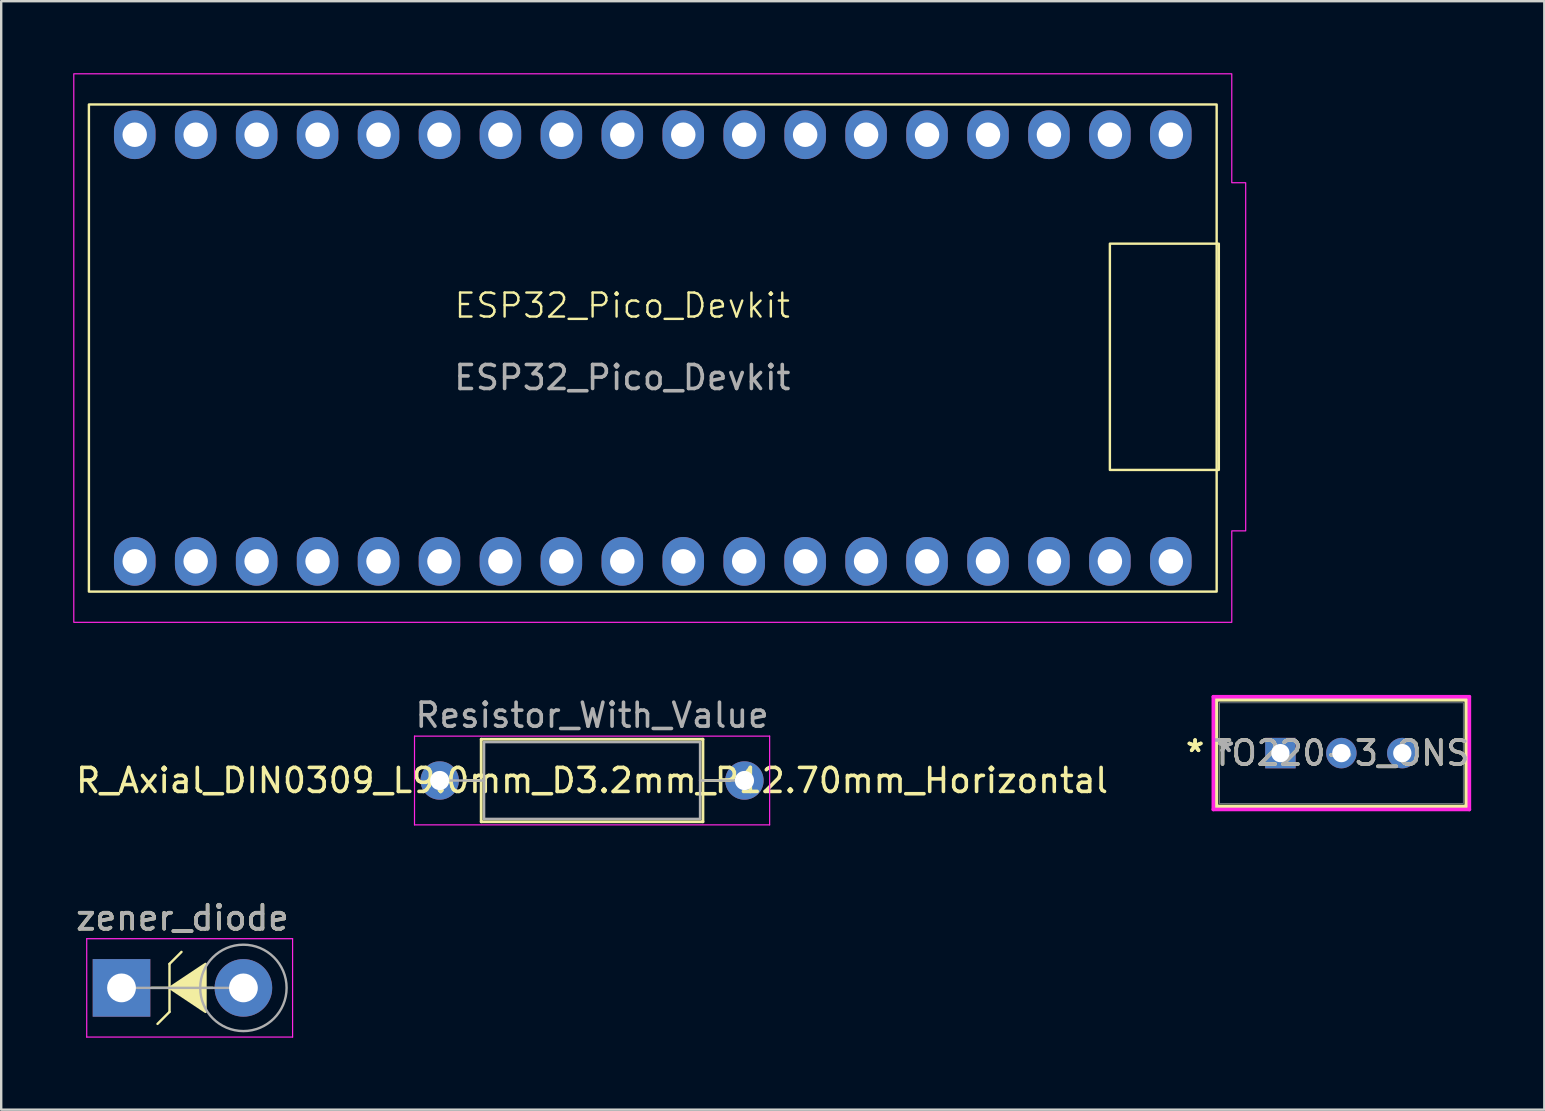
<source format=kicad_pcb>
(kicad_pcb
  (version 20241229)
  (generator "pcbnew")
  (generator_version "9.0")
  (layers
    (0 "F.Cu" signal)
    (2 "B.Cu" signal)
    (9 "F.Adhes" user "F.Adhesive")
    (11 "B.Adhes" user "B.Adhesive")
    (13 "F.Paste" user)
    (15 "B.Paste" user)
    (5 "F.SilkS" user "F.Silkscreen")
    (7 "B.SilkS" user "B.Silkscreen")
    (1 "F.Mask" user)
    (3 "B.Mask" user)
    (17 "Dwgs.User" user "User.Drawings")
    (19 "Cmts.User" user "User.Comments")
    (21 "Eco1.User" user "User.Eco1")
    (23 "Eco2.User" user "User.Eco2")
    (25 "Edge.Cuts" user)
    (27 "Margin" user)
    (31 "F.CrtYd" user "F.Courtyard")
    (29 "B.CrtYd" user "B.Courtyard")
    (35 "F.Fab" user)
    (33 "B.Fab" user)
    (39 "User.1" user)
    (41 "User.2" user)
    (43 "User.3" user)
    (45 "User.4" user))
  (footprint "zener_diode"
    (layer "F.Cu")
    (at 2.014 38.121)
    (property "Reference" "zener_diode" (at 2.54 -2.92 0) (layer "F.SilkS") (effects (font (size 1 1) (thickness 0.15))))
    (attr through_hole)
    (fp_line (start 1.25 0) (end 3.803 0) (stroke (width 0.1) (type solid)) (layer "F.SilkS"))
    (fp_line (start 1.5 1.5) (end 2 1) (stroke (width 0.1) (type default)) (layer "F.SilkS"))
    (fp_line (start 2 -1) (end 2.5 -1.5) (stroke (width 0.1) (type default)) (layer "F.SilkS"))
    (fp_line (start 2 1) (end 2 -1) (stroke (width 0.1) (type default)) (layer "F.SilkS"))
    (fp_poly (pts (xy 3.5 1) (xy 3.5 -1) (xy 2 0)) (stroke (width 0.1) (type solid)) (fill yes) (layer "F.SilkS"))
    (fp_line (start -1.45 -2.05) (end -1.45 2.05) (stroke (width 0.05) (type solid)) (layer "F.CrtYd"))
    (fp_line (start -1.45 2.05) (end 7.13 2.05) (stroke (width 0.05) (type solid)) (layer "F.CrtYd"))
    (fp_line (start 7.13 -2.05) (end -1.45 -2.05) (stroke (width 0.05) (type solid)) (layer "F.CrtYd"))
    (fp_line (start 7.13 2.05) (end 7.13 -2.05) (stroke (width 0.05) (type solid)) (layer "F.CrtYd"))
    (fp_line (start 0 0) (end 5.08 0) (stroke (width 0.1) (type solid)) (layer "F.Fab"))
    (fp_circle (center 5.08 0) (end 6.88 0) (stroke (width 0.1) (type solid)) (fill no) (layer "F.Fab"))
    (fp_text user "${REFERENCE}" (at 2.54 -2.92 0) (layer "F.Fab") (effects (font (size 1 1) (thickness 0.15))))
    (pad "1" thru_hole rect (at 0 0) (size 2.4 2.4) (drill 1.2) (layers "*.Cu" "*.Mask"))
    (pad "2" thru_hole oval (at 5.08 0) (size 2.4 2.4) (drill 1.2) (layers "*.Cu" "*.Mask")))
  (footprint "TO220-3_ONS"
    (layer "F.Cu")
    (at 50.312 28.336)
    (property "Reference" "TO220-3_ONS" (at 2.54 0 0) (unlocked yes) (layer "F.SilkS") (effects (font (size 1 1) (thickness 0.15))))
    (attr through_hole)
    (fp_line (start -2.667 -2.223) (end -2.667 2.223) (stroke (width 0.152) (type solid)) (layer "F.SilkS"))
    (fp_line (start -2.667 2.223) (end 7.747 2.223) (stroke (width 0.152) (type solid)) (layer "F.SilkS"))
    (fp_line (start 7.747 -2.223) (end -2.667 -2.223) (stroke (width 0.152) (type solid)) (layer "F.SilkS"))
    (fp_line (start 7.747 2.223) (end 7.747 -2.223) (stroke (width 0.152) (type solid)) (layer "F.SilkS"))
    (fp_line (start -2.794 -2.349) (end 7.874 -2.349) (stroke (width 0.152) (type solid)) (layer "F.CrtYd"))
    (fp_line (start -2.794 2.349) (end -2.794 -2.349) (stroke (width 0.152) (type solid)) (layer "F.CrtYd"))
    (fp_line (start 7.874 -2.349) (end 7.874 2.349) (stroke (width 0.152) (type solid)) (layer "F.CrtYd"))
    (fp_line (start 7.874 2.349) (end -2.794 2.349) (stroke (width 0.152) (type solid)) (layer "F.CrtYd"))
    (fp_line (start -2.54 -2.095) (end -2.54 2.095) (stroke (width 0.025) (type solid)) (layer "F.Fab"))
    (fp_line (start -2.54 2.095) (end 7.62 2.095) (stroke (width 0.025) (type solid)) (layer "F.Fab"))
    (fp_line (start 7.62 -2.095) (end -2.54 -2.095) (stroke (width 0.025) (type solid)) (layer "F.Fab"))
    (fp_line (start 7.62 2.095) (end 7.62 -2.095) (stroke (width 0.025) (type solid)) (layer "F.Fab"))
    (fp_text user "*" (at -3.556 0 0) (unlocked yes) (layer "F.SilkS") (effects (font (size 1 1) (thickness 0.15))))
    (fp_text user "*" (at -3.556 0 0) (layer "F.SilkS") (effects (font (size 1 1) (thickness 0.15))))
    (fp_text user "*" (at -2.286 0 0) (unlocked yes) (layer "F.Fab") (effects (font (size 1 1) (thickness 0.15))))
    (fp_text user "*" (at -2.286 0 0) (layer "F.Fab") (effects (font (size 1 1) (thickness 0.15))))
    (fp_text user "${REFERENCE}" (at 2.54 0 0) (unlocked yes) (layer "F.Fab") (effects (font (size 1 1) (thickness 0.15))))
    (pad "1" thru_hole rect (at 0 0) (size 1.27 1.27) (drill 0.762) (layers "*.Cu" "*.Mask"))
    (pad "2" thru_hole circle (at 2.54 0) (size 1.27 1.27) (drill 0.762) (layers "*.Cu" "*.Mask"))
    (pad "3" thru_hole circle (at 5.08 0) (size 1.27 1.27) (drill 0.762) (layers "*.Cu" "*.Mask")))
  (footprint "ESP32_Pico_Devkit"
    (layer "F.Cu")
    (at 22.885 10.185)
    (property "Reference" "ESP32_Pico_Devkit" (at 0 -0.5 0) (unlocked yes) (layer "F.SilkS") (effects (font (size 1 1) (thickness 0.1))))
    (attr through_hole)
    (fp_rect (start -22.23 -8.88) (end 24.77 11.42) (stroke (width 0.1) (type solid)) (fill no) (layer "F.SilkS"))
    (fp_rect (start 20.32 -3.08) (end 24.86 6.35) (stroke (width 0.1) (type solid)) (fill no) (layer "F.SilkS"))
    (fp_poly (pts (xy 25.4 -10.16) (xy 25.4 -5.62) (xy 25.98 -5.62) (xy 25.98 8.89) (xy 25.4 8.89) (xy 25.4 12.7) (xy -22.86 12.7) (xy -22.86 -10.16)) (stroke (width 0.05) (type solid)) (fill no) (layer "F.CrtYd"))
    (fp_text user "${REFERENCE}" (at 0 2.5 0) (unlocked yes) (layer "F.Fab") (effects (font (size 1 1) (thickness 0.15))))
    (pad "0" thru_hole oval (at 15.24 10.16 270) (size 2.03 1.73) (drill 1.02) (layers "*.Cu" "*.Mask"))
    (pad "1" thru_hole oval (at 5.08 -7.62 270) (size 2.03 1.73) (drill 1.02) (layers "*.Cu" "*.Mask"))
    (pad "2" thru_hole oval (at 10.16 10.16 270) (size 2.03 1.73) (drill 1.02) (layers "*.Cu" "*.Mask"))
    (pad "3" thru_hole oval (at 2.54 -7.62 270) (size 2.03 1.73) (drill 1.02) (layers "*.Cu" "*.Mask"))
    (pad "4" thru_hole oval (at 12.7 10.16 270) (size 2.03 1.73) (drill 1.02) (layers "*.Cu" "*.Mask"))
    (pad "5" thru_hole oval (at -5.08 -7.62 270) (size 2.03 1.73) (drill 1.02) (layers "*.Cu" "*.Mask"))
    (pad "7" thru_hole oval (at -7.62 -7.62 270) (size 2.03 1.73) (drill 1.02) (layers "*.Cu" "*.Mask"))
    (pad "8" thru_hole oval (at -10.16 -7.62 270) (size 2.03 1.73) (drill 1.02) (layers "*.Cu" "*.Mask"))
    (pad "9" thru_hole oval (at 0 -7.62 270) (size 2.03 1.73) (drill 1.02) (layers "*.Cu" "*.Mask"))
    (pad "10" thru_hole oval (at -2.54 -7.62 270) (size 2.03 1.73) (drill 1.02) (layers "*.Cu" "*.Mask"))
    (pad "12" thru_hole oval (at 2.54 10.16 270) (size 2.03 1.73) (drill 1.02) (layers "*.Cu" "*.Mask"))
    (pad "13" thru_hole oval (at 5.08 10.16 270) (size 2.03 1.73) (drill 1.02) (layers "*.Cu" "*.Mask"))
    (pad "14" thru_hole oval (at 0 10.16 270) (size 2.03 1.73) (drill 1.02) (layers "*.Cu" "*.Mask"))
    (pad "15" thru_hole oval (at 7.62 10.16 270) (size 2.03 1.73) (drill 1.02) (layers "*.Cu" "*.Mask"))
    (pad "19" thru_hole oval (at -12.7 -7.62 270) (size 2.03 1.73) (drill 1.02) (layers "*.Cu" "*.Mask"))
    (pad "20" thru_hole oval (at -20.32 -7.62 90) (size 2.03 1.73) (drill 1.02) (layers "*.Cu" "*.Mask"))
    (pad "21" thru_hole oval (at -17.78 -7.62 270) (size 2.03 1.73) (drill 1.02) (layers "*.Cu" "*.Mask"))
    (pad "22" thru_hole oval (at -15.24 -7.62 270) (size 2.03 1.73) (drill 1.02) (layers "*.Cu" "*.Mask"))
    (pad "25" thru_hole oval (at -12.7 10.16 270) (size 2.03 1.73) (drill 1.02) (layers "*.Cu" "*.Mask"))
    (pad "26" thru_hole oval (at -10.16 10.16 270) (size 2.03 1.73) (drill 1.02) (layers "*.Cu" "*.Mask"))
    (pad "27" thru_hole oval (at -2.54 10.16 270) (size 2.03 1.73) (drill 1.02) (layers "*.Cu" "*.Mask"))
    (pad "32" thru_hole oval (at -7.62 10.16 270) (size 2.03 1.73) (drill 1.02) (layers "*.Cu" "*.Mask"))
    (pad "33" thru_hole oval (at -5.08 10.16 270) (size 2.03 1.73) (drill 1.02) (layers "*.Cu" "*.Mask"))
    (pad "34" thru_hole oval (at 10.16 -7.62 270) (size 2.03 1.73) (drill 1.02) (layers "*.Cu" "*.Mask"))
    (pad "35" thru_hole oval (at 7.62 -7.62 270) (size 2.03 1.73) (drill 1.02) (layers "*.Cu" "*.Mask"))
    (pad "36" thru_hole oval (at -17.78 10.16 270) (size 2.03 1.73) (drill 1.02) (layers "*.Cu" "*.Mask"))
    (pad "37" thru_hole oval (at 15.24 -7.62 270) (size 2.03 1.73) (drill 1.02) (layers "*.Cu" "*.Mask"))
    (pad "38" thru_hole oval (at 12.7 -7.62 270) (size 2.03 1.73) (drill 1.02) (layers "*.Cu" "*.Mask"))
    (pad "39" thru_hole oval (at -15.24 10.16 270) (size 2.03 1.73) (drill 1.02) (layers "*.Cu" "*.Mask"))
    (pad "40" thru_hole oval (at -20.32 10.16 270) (size 2.03 1.73) (drill 1.02) (layers "*.Cu" "*.Mask"))
    (pad "40" thru_hole oval (at 20.32 -7.62 270) (size 2.03 1.73) (drill 1.02) (layers "*.Cu" "*.Mask"))
    (pad "40" thru_hole oval (at 20.32 10.16 270) (size 2.03 1.73) (drill 1.02) (layers "*.Cu" "*.Mask"))
    (pad "41" thru_hole oval (at 22.86 10.16 270) (size 2.03 1.73) (drill 1.02) (layers "*.Cu" "*.Mask"))
    (pad "42" thru_hole oval (at 17.78 10.16 270) (size 2.03 1.73) (drill 1.02) (layers "*.Cu" "*.Mask"))
    (pad "42" thru_hole oval (at 22.86 -7.62 270) (size 2.03 1.73) (drill 1.02) (layers "*.Cu" "*.Mask"))
    (pad "43" thru_hole oval (at 17.78 -7.62 270) (size 2.03 1.73) (drill 1.02) (layers "*.Cu" "*.Mask")))
  (footprint "Resistor_With_Value"
    (layer "F.Cu")
    (at 15.275 29.478)
    (property "Reference" "Resistor_With_Value" (at 6.35 -2.72 0) (layer "F.Fab") (effects (font (size 1 1) (thickness 0.15))))
    (property "Value" "R_Axial_DIN0309_L9.0mm_D3.2mm_P12.70mm_Horizontal" (at 6.35 2.72 0) (layer "F.Fab") (hide yes) (effects (font (size 1 1) (thickness 0.15))))
    (attr through_hole)
    (fp_line (start 1.04 0) (end 1.73 0) (stroke (width 0.12) (type solid)) (layer "F.SilkS"))
    (fp_line (start 1.73 -1.72) (end 1.73 1.72) (stroke (width 0.12) (type solid)) (layer "F.SilkS"))
    (fp_line (start 1.73 1.72) (end 10.97 1.72) (stroke (width 0.12) (type solid)) (layer "F.SilkS"))
    (fp_line (start 10.97 -1.72) (end 1.73 -1.72) (stroke (width 0.12) (type solid)) (layer "F.SilkS"))
    (fp_line (start 10.97 1.72) (end 10.97 -1.72) (stroke (width 0.12) (type solid)) (layer "F.SilkS"))
    (fp_line (start 11.66 0) (end 10.97 0) (stroke (width 0.12) (type solid)) (layer "F.SilkS"))
    (fp_line (start -1.05 -1.85) (end -1.05 1.85) (stroke (width 0.05) (type solid)) (layer "F.CrtYd"))
    (fp_line (start -1.05 1.85) (end 13.75 1.85) (stroke (width 0.05) (type solid)) (layer "F.CrtYd"))
    (fp_line (start 13.75 -1.85) (end -1.05 -1.85) (stroke (width 0.05) (type solid)) (layer "F.CrtYd"))
    (fp_line (start 13.75 1.85) (end 13.75 -1.85) (stroke (width 0.05) (type solid)) (layer "F.CrtYd"))
    (fp_line (start 0 0) (end 1.85 0) (stroke (width 0.1) (type solid)) (layer "F.Fab"))
    (fp_line (start 1.85 -1.6) (end 1.85 1.6) (stroke (width 0.1) (type solid)) (layer "F.Fab"))
    (fp_line (start 1.85 1.6) (end 10.85 1.6) (stroke (width 0.1) (type solid)) (layer "F.Fab"))
    (fp_line (start 10.85 -1.6) (end 1.85 -1.6) (stroke (width 0.1) (type solid)) (layer "F.Fab"))
    (fp_line (start 10.85 1.6) (end 10.85 -1.6) (stroke (width 0.1) (type solid)) (layer "F.Fab"))
    (fp_line (start 12.7 0) (end 10.85 0) (stroke (width 0.1) (type solid)) (layer "F.Fab"))
    (fp_text user "${VALUE}" (at 6.35 0 0) (layer "F.SilkS") (effects (font (size 1 1) (thickness 0.15))))
    (pad "1" thru_hole circle (at 0 0) (size 1.6 1.6) (drill 0.8) (layers "*.Cu" "*.Mask"))
    (pad "2" thru_hole oval (at 12.7 0) (size 1.6 1.6) (drill 0.8) (layers "*.Cu" "*.Mask")))
  (gr_rect
    (start -3 -3)
    (end 61.31 43.197)
    (stroke (width 0.1) (type default))
    (fill no)
    (layer "Edge.Cuts")))
</source>
